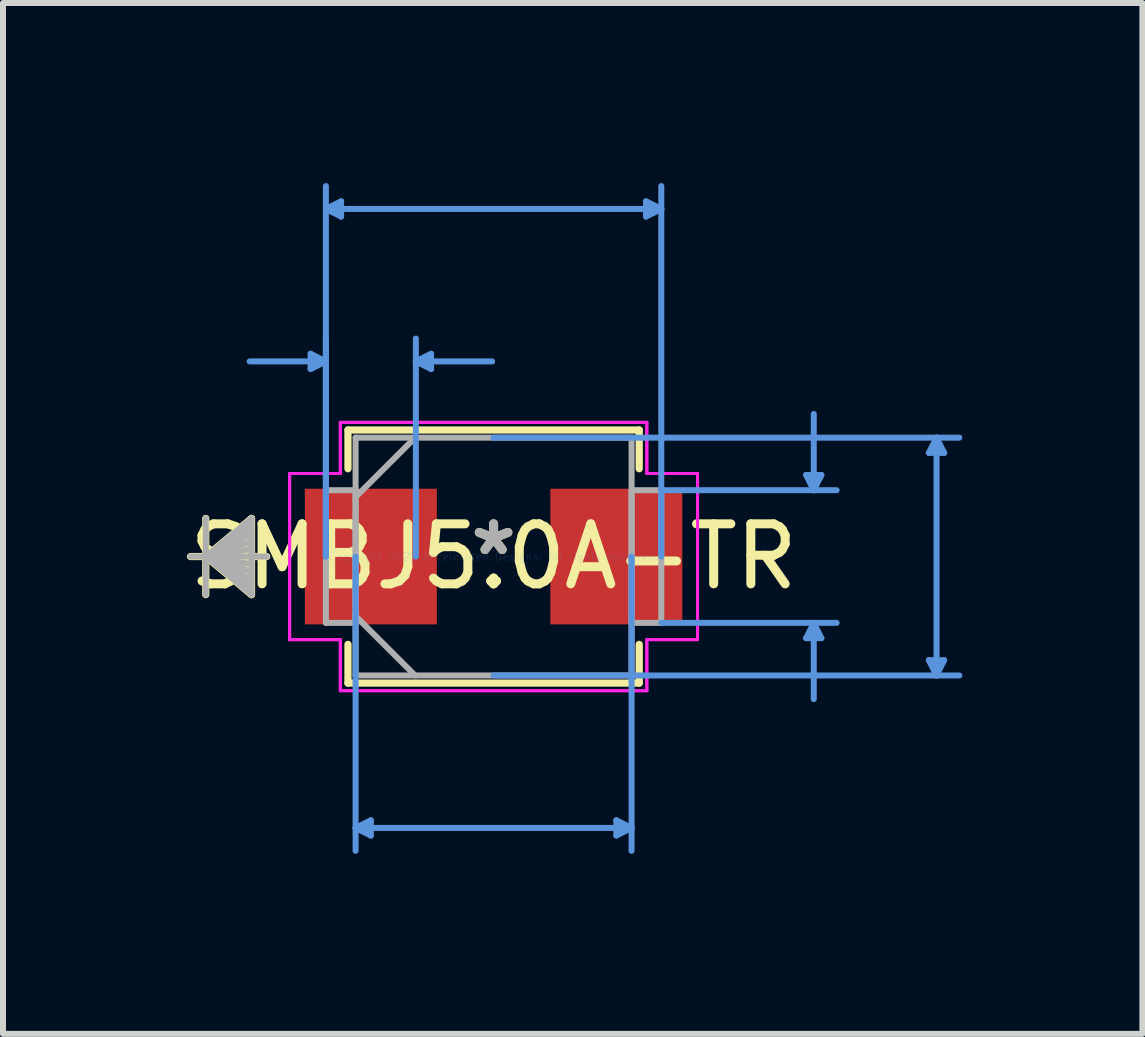
<source format=kicad_pcb>
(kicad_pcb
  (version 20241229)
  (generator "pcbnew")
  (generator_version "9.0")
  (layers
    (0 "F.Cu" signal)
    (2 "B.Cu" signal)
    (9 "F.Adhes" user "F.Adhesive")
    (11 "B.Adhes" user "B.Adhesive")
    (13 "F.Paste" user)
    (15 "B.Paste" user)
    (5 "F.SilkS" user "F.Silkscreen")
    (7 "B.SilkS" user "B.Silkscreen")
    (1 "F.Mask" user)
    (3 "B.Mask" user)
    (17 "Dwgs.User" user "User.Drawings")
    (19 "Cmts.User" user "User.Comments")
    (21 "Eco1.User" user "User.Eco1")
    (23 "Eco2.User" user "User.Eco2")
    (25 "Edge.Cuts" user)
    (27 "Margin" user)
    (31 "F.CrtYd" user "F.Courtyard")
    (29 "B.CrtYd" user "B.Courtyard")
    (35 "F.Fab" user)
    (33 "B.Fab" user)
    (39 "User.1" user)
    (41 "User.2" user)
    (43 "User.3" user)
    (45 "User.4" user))
  (footprint "SMBJ5.0A-TR"
    (layer "F.Cu")
    (at 5.173 6.222)
    (property "Reference" "SMBJ5.0A-TR" (at 0 0 0) (layer "F.SilkS") (effects (font (size 1 1) (thickness 0.15))))
    (attr through_hole)
    (fp_line (start -4.795 -0.635) (end -4.795 0.635) (stroke (width 0.12) (type solid)) (layer "F.SilkS"))
    (fp_line (start -4.795 0) (end -4.033 -0.635) (stroke (width 0.12) (type solid)) (layer "F.SilkS"))
    (fp_line (start -4.795 0) (end -4.033 -0.508) (stroke (width 0.12) (type solid)) (layer "F.SilkS"))
    (fp_line (start -4.795 0) (end -4.033 -0.381) (stroke (width 0.12) (type solid)) (layer "F.SilkS"))
    (fp_line (start -4.795 0) (end -4.033 -0.254) (stroke (width 0.12) (type solid)) (layer "F.SilkS"))
    (fp_line (start -4.795 0) (end -4.033 -0.127) (stroke (width 0.12) (type solid)) (layer "F.SilkS"))
    (fp_line (start -4.795 0) (end -4.033 0.127) (stroke (width 0.12) (type solid)) (layer "F.SilkS"))
    (fp_line (start -4.795 0) (end -4.033 0.254) (stroke (width 0.12) (type solid)) (layer "F.SilkS"))
    (fp_line (start -4.795 0) (end -4.033 0.381) (stroke (width 0.12) (type solid)) (layer "F.SilkS"))
    (fp_line (start -4.795 0) (end -4.033 0.508) (stroke (width 0.12) (type solid)) (layer "F.SilkS"))
    (fp_line (start -4.795 0) (end -4.033 0.635) (stroke (width 0.12) (type solid)) (layer "F.SilkS"))
    (fp_line (start -4.033 -0.635) (end -4.033 0.635) (stroke (width 0.12) (type solid)) (layer "F.SilkS"))
    (fp_line (start -3.779 0) (end -5.049 0) (stroke (width 0.12) (type solid)) (layer "F.SilkS"))
    (fp_line (start -2.426 -2.108) (end -2.426 -1.463) (stroke (width 0.12) (type solid)) (layer "F.SilkS"))
    (fp_line (start -2.426 1.463) (end -2.426 2.108) (stroke (width 0.12) (type solid)) (layer "F.SilkS"))
    (fp_line (start -2.426 2.108) (end 2.426 2.108) (stroke (width 0.12) (type solid)) (layer "F.SilkS"))
    (fp_line (start 2.426 -2.108) (end -2.426 -2.108) (stroke (width 0.12) (type solid)) (layer "F.SilkS"))
    (fp_line (start 2.426 -1.463) (end 2.426 -2.108) (stroke (width 0.12) (type solid)) (layer "F.SilkS"))
    (fp_line (start 2.426 2.108) (end 2.426 1.463) (stroke (width 0.12) (type solid)) (layer "F.SilkS"))
    (fp_line (start -3.048 -3.378) (end -3.048 -3.124) (stroke (width 0.1) (type solid)) (layer "Cmts.User"))
    (fp_line (start -2.794 -5.791) (end -2.54 -5.918) (stroke (width 0.1) (type solid)) (layer "Cmts.User"))
    (fp_line (start -2.794 -5.791) (end -2.54 -5.664) (stroke (width 0.1) (type solid)) (layer "Cmts.User"))
    (fp_line (start -2.794 -5.791) (end 2.794 -5.791) (stroke (width 0.1) (type solid)) (layer "Cmts.User"))
    (fp_line (start -2.794 -3.251) (end -4.064 -3.251) (stroke (width 0.1) (type solid)) (layer "Cmts.User"))
    (fp_line (start -2.794 -3.251) (end -3.048 -3.378) (stroke (width 0.1) (type solid)) (layer "Cmts.User"))
    (fp_line (start -2.794 -3.251) (end -3.048 -3.124) (stroke (width 0.1) (type solid)) (layer "Cmts.User"))
    (fp_line (start -2.794 0) (end -2.794 -6.172) (stroke (width 0.1) (type solid)) (layer "Cmts.User"))
    (fp_line (start -2.794 0) (end -2.794 -3.632) (stroke (width 0.1) (type solid)) (layer "Cmts.User"))
    (fp_line (start -2.54 -5.918) (end -2.54 -5.664) (stroke (width 0.1) (type solid)) (layer "Cmts.User"))
    (fp_line (start -2.299 0) (end -2.299 4.902) (stroke (width 0.1) (type solid)) (layer "Cmts.User"))
    (fp_line (start -2.299 4.521) (end -2.045 4.394) (stroke (width 0.1) (type solid)) (layer "Cmts.User"))
    (fp_line (start -2.299 4.521) (end -2.045 4.648) (stroke (width 0.1) (type solid)) (layer "Cmts.User"))
    (fp_line (start -2.299 4.521) (end 2.299 4.521) (stroke (width 0.1) (type solid)) (layer "Cmts.User"))
    (fp_line (start -2.045 4.394) (end -2.045 4.648) (stroke (width 0.1) (type solid)) (layer "Cmts.User"))
    (fp_line (start -1.295 -3.251) (end -1.041 -3.378) (stroke (width 0.1) (type solid)) (layer "Cmts.User"))
    (fp_line (start -1.295 -3.251) (end -1.041 -3.124) (stroke (width 0.1) (type solid)) (layer "Cmts.User"))
    (fp_line (start -1.295 -3.251) (end -0.025 -3.251) (stroke (width 0.1) (type solid)) (layer "Cmts.User"))
    (fp_line (start -1.295 0) (end -1.295 -3.632) (stroke (width 0.1) (type solid)) (layer "Cmts.User"))
    (fp_line (start -1.041 -3.378) (end -1.041 -3.124) (stroke (width 0.1) (type solid)) (layer "Cmts.User"))
    (fp_line (start 0 -1.981) (end 7.76 -1.981) (stroke (width 0.1) (type solid)) (layer "Cmts.User"))
    (fp_line (start 0 1.981) (end 7.76 1.981) (stroke (width 0.1) (type solid)) (layer "Cmts.User"))
    (fp_line (start 2.045 4.394) (end 2.045 4.648) (stroke (width 0.1) (type solid)) (layer "Cmts.User"))
    (fp_line (start 2.299 0) (end 2.299 4.902) (stroke (width 0.1) (type solid)) (layer "Cmts.User"))
    (fp_line (start 2.299 4.521) (end 2.045 4.394) (stroke (width 0.1) (type solid)) (layer "Cmts.User"))
    (fp_line (start 2.299 4.521) (end 2.045 4.648) (stroke (width 0.1) (type solid)) (layer "Cmts.User"))
    (fp_line (start 2.54 -5.918) (end 2.54 -5.664) (stroke (width 0.1) (type solid)) (layer "Cmts.User"))
    (fp_line (start 2.794 -5.791) (end 2.54 -5.918) (stroke (width 0.1) (type solid)) (layer "Cmts.User"))
    (fp_line (start 2.794 -5.791) (end 2.54 -5.664) (stroke (width 0.1) (type solid)) (layer "Cmts.User"))
    (fp_line (start 2.794 -1.105) (end 5.715 -1.105) (stroke (width 0.1) (type solid)) (layer "Cmts.User"))
    (fp_line (start 2.794 0) (end 2.794 -6.172) (stroke (width 0.1) (type solid)) (layer "Cmts.User"))
    (fp_line (start 2.794 1.105) (end 5.715 1.105) (stroke (width 0.1) (type solid)) (layer "Cmts.User"))
    (fp_line (start 5.207 -1.359) (end 5.461 -1.359) (stroke (width 0.1) (type solid)) (layer "Cmts.User"))
    (fp_line (start 5.207 1.359) (end 5.461 1.359) (stroke (width 0.1) (type solid)) (layer "Cmts.User"))
    (fp_line (start 5.334 -1.105) (end 5.207 -1.359) (stroke (width 0.1) (type solid)) (layer "Cmts.User"))
    (fp_line (start 5.334 -1.105) (end 5.334 -2.375) (stroke (width 0.1) (type solid)) (layer "Cmts.User"))
    (fp_line (start 5.334 -1.105) (end 5.461 -1.359) (stroke (width 0.1) (type solid)) (layer "Cmts.User"))
    (fp_line (start 5.334 1.105) (end 5.207 1.359) (stroke (width 0.1) (type solid)) (layer "Cmts.User"))
    (fp_line (start 5.334 1.105) (end 5.334 2.375) (stroke (width 0.1) (type solid)) (layer "Cmts.User"))
    (fp_line (start 5.334 1.105) (end 5.461 1.359) (stroke (width 0.1) (type solid)) (layer "Cmts.User"))
    (fp_line (start 7.252 -1.727) (end 7.506 -1.727) (stroke (width 0.1) (type solid)) (layer "Cmts.User"))
    (fp_line (start 7.252 1.727) (end 7.506 1.727) (stroke (width 0.1) (type solid)) (layer "Cmts.User"))
    (fp_line (start 7.379 -1.981) (end 7.252 -1.727) (stroke (width 0.1) (type solid)) (layer "Cmts.User"))
    (fp_line (start 7.379 -1.981) (end 7.379 1.981) (stroke (width 0.1) (type solid)) (layer "Cmts.User"))
    (fp_line (start 7.379 -1.981) (end 7.506 -1.727) (stroke (width 0.1) (type solid)) (layer "Cmts.User"))
    (fp_line (start 7.379 1.981) (end 7.252 1.727) (stroke (width 0.1) (type solid)) (layer "Cmts.User"))
    (fp_line (start 7.379 1.981) (end 7.506 1.727) (stroke (width 0.1) (type solid)) (layer "Cmts.User"))
    (fp_line (start -3.398 -1.384) (end -2.553 -1.384) (stroke (width 0.05) (type solid)) (layer "F.CrtYd"))
    (fp_line (start -3.398 -1.384) (end -2.553 -1.384) (stroke (width 0.05) (type solid)) (layer "F.CrtYd"))
    (fp_line (start -3.398 1.384) (end -3.398 -1.384) (stroke (width 0.05) (type solid)) (layer "F.CrtYd"))
    (fp_line (start -3.398 1.384) (end -3.398 -1.384) (stroke (width 0.05) (type solid)) (layer "F.CrtYd"))
    (fp_line (start -2.553 -2.235) (end 2.553 -2.235) (stroke (width 0.05) (type solid)) (layer "F.CrtYd"))
    (fp_line (start -2.553 -2.235) (end 2.553 -2.235) (stroke (width 0.05) (type solid)) (layer "F.CrtYd"))
    (fp_line (start -2.553 -1.384) (end -2.553 -2.235) (stroke (width 0.05) (type solid)) (layer "F.CrtYd"))
    (fp_line (start -2.553 -1.384) (end -2.553 -2.235) (stroke (width 0.05) (type solid)) (layer "F.CrtYd"))
    (fp_line (start -2.553 1.384) (end -3.398 1.384) (stroke (width 0.05) (type solid)) (layer "F.CrtYd"))
    (fp_line (start -2.553 1.384) (end -3.398 1.384) (stroke (width 0.05) (type solid)) (layer "F.CrtYd"))
    (fp_line (start -2.553 2.235) (end -2.553 1.384) (stroke (width 0.05) (type solid)) (layer "F.CrtYd"))
    (fp_line (start -2.553 2.235) (end -2.553 1.384) (stroke (width 0.05) (type solid)) (layer "F.CrtYd"))
    (fp_line (start 2.553 -2.235) (end 2.553 -1.384) (stroke (width 0.05) (type solid)) (layer "F.CrtYd"))
    (fp_line (start 2.553 -2.235) (end 2.553 -1.384) (stroke (width 0.05) (type solid)) (layer "F.CrtYd"))
    (fp_line (start 2.553 -1.384) (end 3.398 -1.384) (stroke (width 0.05) (type solid)) (layer "F.CrtYd"))
    (fp_line (start 2.553 -1.384) (end 3.398 -1.384) (stroke (width 0.05) (type solid)) (layer "F.CrtYd"))
    (fp_line (start 2.553 1.384) (end 2.553 2.235) (stroke (width 0.05) (type solid)) (layer "F.CrtYd"))
    (fp_line (start 2.553 1.384) (end 2.553 2.235) (stroke (width 0.05) (type solid)) (layer "F.CrtYd"))
    (fp_line (start 2.553 2.235) (end -2.553 2.235) (stroke (width 0.05) (type solid)) (layer "F.CrtYd"))
    (fp_line (start 2.553 2.235) (end -2.553 2.235) (stroke (width 0.05) (type solid)) (layer "F.CrtYd"))
    (fp_line (start 3.398 -1.384) (end 3.398 1.384) (stroke (width 0.05) (type solid)) (layer "F.CrtYd"))
    (fp_line (start 3.398 -1.384) (end 3.398 1.384) (stroke (width 0.05) (type solid)) (layer "F.CrtYd"))
    (fp_line (start 3.398 1.384) (end 2.553 1.384) (stroke (width 0.05) (type solid)) (layer "F.CrtYd"))
    (fp_line (start 3.398 1.384) (end 2.553 1.384) (stroke (width 0.05) (type solid)) (layer "F.CrtYd"))
    (fp_line (start -4.795 -0.635) (end -4.795 0.635) (stroke (width 0.1) (type solid)) (layer "F.Fab"))
    (fp_line (start -4.795 0) (end -4.033 -0.635) (stroke (width 0.1) (type solid)) (layer "F.Fab"))
    (fp_line (start -4.795 0) (end -4.033 -0.508) (stroke (width 0.1) (type solid)) (layer "F.Fab"))
    (fp_line (start -4.795 0) (end -4.033 -0.381) (stroke (width 0.1) (type solid)) (layer "F.Fab"))
    (fp_line (start -4.795 0) (end -4.033 -0.254) (stroke (width 0.1) (type solid)) (layer "F.Fab"))
    (fp_line (start -4.795 0) (end -4.033 -0.127) (stroke (width 0.1) (type solid)) (layer "F.Fab"))
    (fp_line (start -4.795 0) (end -4.033 0.127) (stroke (width 0.1) (type solid)) (layer "F.Fab"))
    (fp_line (start -4.795 0) (end -4.033 0.254) (stroke (width 0.1) (type solid)) (layer "F.Fab"))
    (fp_line (start -4.795 0) (end -4.033 0.381) (stroke (width 0.1) (type solid)) (layer "F.Fab"))
    (fp_line (start -4.795 0) (end -4.033 0.508) (stroke (width 0.1) (type solid)) (layer "F.Fab"))
    (fp_line (start -4.795 0) (end -4.033 0.635) (stroke (width 0.1) (type solid)) (layer "F.Fab"))
    (fp_line (start -4.033 -0.635) (end -4.033 0.635) (stroke (width 0.1) (type solid)) (layer "F.Fab"))
    (fp_line (start -3.779 0) (end -5.049 0) (stroke (width 0.1) (type solid)) (layer "F.Fab"))
    (fp_line (start -2.794 -1.105) (end -2.794 1.105) (stroke (width 0.1) (type solid)) (layer "F.Fab"))
    (fp_line (start -2.794 1.105) (end -2.299 1.105) (stroke (width 0.1) (type solid)) (layer "F.Fab"))
    (fp_line (start -2.299 -1.981) (end -2.299 1.981) (stroke (width 0.1) (type solid)) (layer "F.Fab"))
    (fp_line (start -2.299 -1.105) (end -2.794 -1.105) (stroke (width 0.1) (type solid)) (layer "F.Fab"))
    (fp_line (start -2.299 -0.991) (end -1.308 -1.981) (stroke (width 0.1) (type solid)) (layer "F.Fab"))
    (fp_line (start -2.299 0.991) (end -1.308 1.981) (stroke (width 0.1) (type solid)) (layer "F.Fab"))
    (fp_line (start -2.299 1.105) (end -2.299 -1.105) (stroke (width 0.1) (type solid)) (layer "F.Fab"))
    (fp_line (start -2.299 1.981) (end 2.299 1.981) (stroke (width 0.1) (type solid)) (layer "F.Fab"))
    (fp_line (start 2.299 -1.981) (end -2.299 -1.981) (stroke (width 0.1) (type solid)) (layer "F.Fab"))
    (fp_line (start 2.299 -1.105) (end 2.299 1.105) (stroke (width 0.1) (type solid)) (layer "F.Fab"))
    (fp_line (start 2.299 1.105) (end 2.794 1.105) (stroke (width 0.1) (type solid)) (layer "F.Fab"))
    (fp_line (start 2.299 1.981) (end 2.299 -1.981) (stroke (width 0.1) (type solid)) (layer "F.Fab"))
    (fp_line (start 2.794 -1.105) (end 2.299 -1.105) (stroke (width 0.1) (type solid)) (layer "F.Fab"))
    (fp_line (start 2.794 1.105) (end 2.794 -1.105) (stroke (width 0.1) (type solid)) (layer "F.Fab"))
    (fp_text user "*" (at 0 0 0) (layer "F.SilkS") (effects (font (size 1 1) (thickness 0.15))))
    (fp_text user "Copyright 2021 Accelerated Designs. All rights reserved." (at 0 0 0) (layer "Cmts.User") (effects (font (size 0.127 0.127) (thickness 0.002))))
    (fp_text user "*" (at 0 0 0) (layer "F.Fab") (effects (font (size 1 1) (thickness 0.15))))
    (pad "1" smd rect (at -2.045 0) (size 2.199 2.26) (layers "F.Cu" "F.Mask" "F.Paste"))
    (pad "2" smd rect (at 2.045 0) (size 2.199 2.26) (layers "F.Cu" "F.Mask" "F.Paste")))
  (gr_rect
    (start -3 -3)
    (end 15.982 14.174)
    (stroke (width 0.1) (type default))
    (fill no)
    (layer "Edge.Cuts")))
</source>
